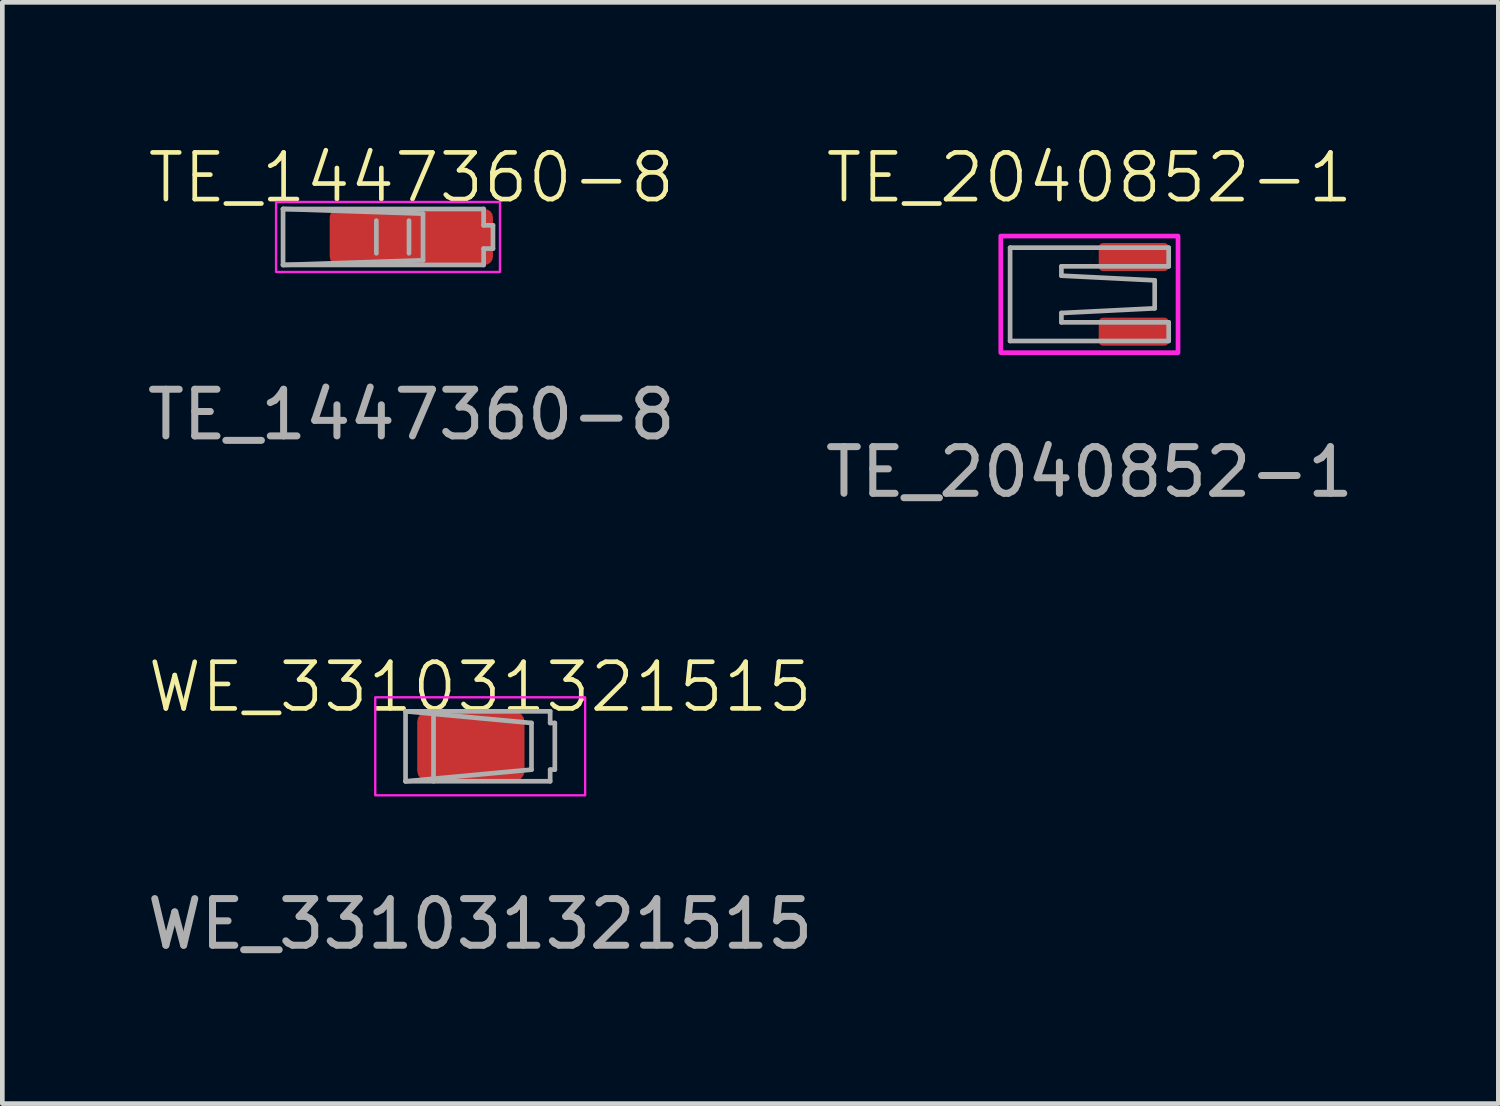
<source format=kicad_pcb>
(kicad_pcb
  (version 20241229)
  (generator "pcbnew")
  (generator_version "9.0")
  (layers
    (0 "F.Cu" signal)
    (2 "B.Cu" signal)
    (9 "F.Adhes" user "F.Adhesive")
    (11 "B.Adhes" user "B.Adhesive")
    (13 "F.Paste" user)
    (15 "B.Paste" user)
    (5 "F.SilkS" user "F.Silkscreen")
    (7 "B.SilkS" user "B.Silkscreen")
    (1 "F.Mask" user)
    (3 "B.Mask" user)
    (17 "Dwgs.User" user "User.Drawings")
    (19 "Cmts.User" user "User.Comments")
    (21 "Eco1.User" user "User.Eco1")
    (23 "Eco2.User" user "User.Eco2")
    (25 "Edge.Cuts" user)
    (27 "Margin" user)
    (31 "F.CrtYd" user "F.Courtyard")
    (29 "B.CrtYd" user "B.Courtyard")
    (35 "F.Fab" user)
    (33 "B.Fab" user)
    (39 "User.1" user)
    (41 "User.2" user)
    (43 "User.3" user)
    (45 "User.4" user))
  (footprint "TE_1447360-8"
    (layer "F.Cu")
    (at 5.768 2.03)
    (property "Reference" "TE_1447360-8" (at 0 -1.27 0) (unlocked yes) (layer "F.SilkS") (effects (font (size 1 1) (thickness 0.1))))
    (attr smd)
    (fp_rect (start -2.9 -0.75) (end 1.9 0.75) (stroke (width 0.05) (type default)) (fill no) (layer "F.CrtYd"))
    (fp_line (start -2.75 -0.6) (end 1.55 -0.6) (stroke (width 0.1) (type default)) (layer "F.Fab"))
    (fp_line (start -2.75 0.6) (end -2.75 -0.6) (stroke (width 0.1) (type default)) (layer "F.Fab"))
    (fp_line (start -0.75 -0.35) (end -0.75 0.35) (stroke (width 0.1) (type dash)) (layer "F.Fab"))
    (fp_line (start -0.05 -0.35) (end -0.05 0.35) (stroke (width 0.1) (type dash)) (layer "F.Fab"))
    (fp_line (start 0.25 -0.5) (end -2.75 -0.6) (stroke (width 0.1) (type default)) (layer "F.Fab"))
    (fp_line (start 0.25 0.5) (end -2.75 0.6) (stroke (width 0.1) (type default)) (layer "F.Fab"))
    (fp_line (start 0.25 0.5) (end 0.25 -0.5) (stroke (width 0.1) (type default)) (layer "F.Fab"))
    (fp_line (start 1.55 -0.6) (end 1.55 -0.25) (stroke (width 0.1) (type default)) (layer "F.Fab"))
    (fp_line (start 1.55 -0.25) (end 1.75 -0.25) (stroke (width 0.1) (type default)) (layer "F.Fab"))
    (fp_line (start 1.55 0.25) (end 1.55 0.6) (stroke (width 0.1) (type default)) (layer "F.Fab"))
    (fp_line (start 1.55 0.6) (end -2.75 0.6) (stroke (width 0.1) (type default)) (layer "F.Fab"))
    (fp_line (start 1.75 -0.25) (end 1.75 0.25) (stroke (width 0.1) (type default)) (layer "F.Fab"))
    (fp_line (start 1.75 0.25) (end 1.55 0.25) (stroke (width 0.1) (type default)) (layer "F.Fab"))
    (fp_text user "${REFERENCE}" (at 0 3.81 0) (unlocked yes) (layer "F.Fab") (effects (font (size 1 1) (thickness 0.15))))
    (pad "1" smd roundrect (at 0 0) (size 3.5 1.2) (layers "F.Cu" "F.Mask" "F.Paste") (roundrect_rratio 0.15)))
  (footprint "TE_2040852-1"
    (layer "F.Cu")
    (at 20.304 3.26)
    (property "Reference" "TE_2040852-1" (at 0 -2.5 0) (unlocked yes) (layer "F.SilkS") (effects (font (size 1 1) (thickness 0.1))))
    (attr smd)
    (fp_rect (start -1.9 -1.25) (end 1.9 1.25) (stroke (width 0.1) (type solid)) (fill no) (layer "F.CrtYd"))
    (fp_line (start -1.7 -1) (end 1.7 -1) (stroke (width 0.1) (type default)) (layer "F.Fab"))
    (fp_line (start -1.7 1) (end -1.7 -1) (stroke (width 0.1) (type default)) (layer "F.Fab"))
    (fp_line (start -0.6 -0.6) (end -0.6 -0.4) (stroke (width 0.1) (type default)) (layer "F.Fab"))
    (fp_line (start -0.6 -0.4) (end 1.4 -0.3) (stroke (width 0.1) (type default)) (layer "F.Fab"))
    (fp_line (start -0.6 0.4) (end -0.6 0.6) (stroke (width 0.1) (type default)) (layer "F.Fab"))
    (fp_line (start -0.6 0.6) (end 1.7 0.6) (stroke (width 0.1) (type default)) (layer "F.Fab"))
    (fp_line (start 1.4 -0.3) (end 1.4 0.3) (stroke (width 0.1) (type default)) (layer "F.Fab"))
    (fp_line (start 1.4 0.3) (end -0.6 0.4) (stroke (width 0.1) (type default)) (layer "F.Fab"))
    (fp_line (start 1.7 -1) (end 1.7 -0.6) (stroke (width 0.1) (type default)) (layer "F.Fab"))
    (fp_line (start 1.7 -0.6) (end -0.6 -0.6) (stroke (width 0.1) (type default)) (layer "F.Fab"))
    (fp_line (start 1.7 0.6) (end 1.7 1) (stroke (width 0.1) (type default)) (layer "F.Fab"))
    (fp_line (start 1.7 1) (end -1.7 1) (stroke (width 0.1) (type default)) (layer "F.Fab"))
    (fp_text user "${REFERENCE}" (at 0 3.81 0) (unlocked yes) (layer "F.Fab") (effects (font (size 1 1) (thickness 0.15))))
    (pad "1" smd roundrect (at 0.95 -0.8) (size 1.5 0.6) (layers "F.Cu" "F.Mask" "F.Paste") (roundrect_rratio 0.15))
    (pad "1" smd roundrect (at 0.95 0.8) (size 1.5 0.6) (layers "F.Cu" "F.Mask" "F.Paste") (roundrect_rratio 0.15)))
  (footprint "WE_331031321515"
    (layer "F.Cu")
    (at 7.244 12.949)
    (property "Reference" "WE_331031321515" (at 0 -1.27 0) (unlocked yes) (layer "F.SilkS") (effects (font (size 1 1) (thickness 0.1))))
    (attr smd)
    (fp_rect (start -2.25 -1.05) (end 2.25 1.05) (stroke (width 0.05) (type default)) (fill no) (layer "F.CrtYd"))
    (fp_line (start -1.6 -0.75) (end 1.5 -0.75) (stroke (width 0.1) (type default)) (layer "F.Fab"))
    (fp_line (start -1.6 0.75) (end -1.6 -0.75) (stroke (width 0.1) (type default)) (layer "F.Fab"))
    (fp_line (start -1 -0.65) (end -1 0.75) (stroke (width 0.1) (type solid)) (layer "F.Fab"))
    (fp_line (start 1.1 -0.5) (end -1.6 -0.75) (stroke (width 0.1) (type default)) (layer "F.Fab"))
    (fp_line (start 1.1 0.5) (end -1.6 0.75) (stroke (width 0.1) (type default)) (layer "F.Fab"))
    (fp_line (start 1.1 0.5) (end 1.1 -0.5) (stroke (width 0.1) (type default)) (layer "F.Fab"))
    (fp_line (start 1.5 -0.75) (end 1.5 -0.5) (stroke (width 0.1) (type default)) (layer "F.Fab"))
    (fp_line (start 1.5 -0.5) (end 1.6 -0.5) (stroke (width 0.1) (type default)) (layer "F.Fab"))
    (fp_line (start 1.5 0.5) (end 1.5 0.75) (stroke (width 0.1) (type default)) (layer "F.Fab"))
    (fp_line (start 1.5 0.75) (end -1.6 0.75) (stroke (width 0.1) (type default)) (layer "F.Fab"))
    (fp_line (start 1.6 -0.5) (end 1.6 0.5) (stroke (width 0.1) (type default)) (layer "F.Fab"))
    (fp_line (start 1.6 0.5) (end 1.5 0.5) (stroke (width 0.1) (type default)) (layer "F.Fab"))
    (fp_text user "${REFERENCE}" (at 0 3.81 0) (unlocked yes) (layer "F.Fab") (effects (font (size 1 1) (thickness 0.15))))
    (pad "1" smd roundrect (at -0.2 0) (size 2.3 1.5) (layers "F.Cu" "F.Mask" "F.Paste") (roundrect_rratio 0.15)))
  (gr_rect
    (start -3 -3)
    (end 29.071 20.608)
    (stroke (width 0.1) (type default))
    (fill no)
    (layer "Edge.Cuts")))
</source>
